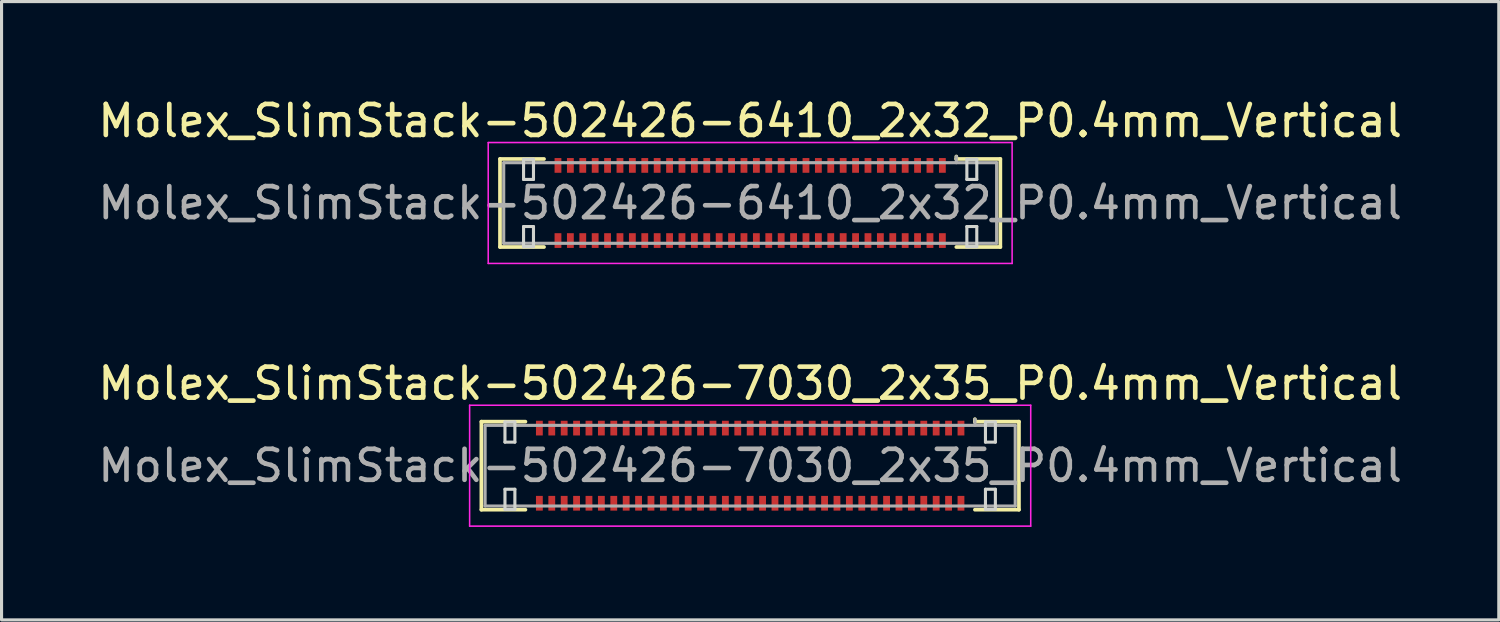
<source format=kicad_pcb>
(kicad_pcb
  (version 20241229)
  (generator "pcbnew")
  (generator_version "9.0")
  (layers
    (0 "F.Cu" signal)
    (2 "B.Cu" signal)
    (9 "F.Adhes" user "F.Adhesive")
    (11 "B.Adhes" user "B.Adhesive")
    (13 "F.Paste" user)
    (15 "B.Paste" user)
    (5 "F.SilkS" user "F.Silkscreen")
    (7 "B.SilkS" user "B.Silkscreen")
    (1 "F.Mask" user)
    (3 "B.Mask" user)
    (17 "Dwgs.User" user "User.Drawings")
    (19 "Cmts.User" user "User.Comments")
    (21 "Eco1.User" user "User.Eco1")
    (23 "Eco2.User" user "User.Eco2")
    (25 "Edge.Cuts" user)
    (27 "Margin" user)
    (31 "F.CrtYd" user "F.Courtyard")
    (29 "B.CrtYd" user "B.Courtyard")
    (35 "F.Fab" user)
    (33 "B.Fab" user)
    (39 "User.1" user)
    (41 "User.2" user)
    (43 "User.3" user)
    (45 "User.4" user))
  (footprint "Molex_SlimStack-502426-6410_2x32_P0.4mm_Vertical"
    (layer "F.Cu")
    (at 21.149 3.498)
    (property "Reference" "Molex_SlimStack-502426-6410_2x32_P0.4mm_Vertical" (at 0 -2.65 0) (layer "F.SilkS") (effects (font (size 1 1) (thickness 0.15))))
    (attr smd)
    (fp_line (start -8.07 -1.42) (end -6.65 -1.42) (stroke (width 0.12) (type solid)) (layer "F.SilkS"))
    (fp_line (start -8.07 1.42) (end -8.07 -1.42) (stroke (width 0.12) (type solid)) (layer "F.SilkS"))
    (fp_line (start -6.65 1.42) (end -8.07 1.42) (stroke (width 0.12) (type solid)) (layer "F.SilkS"))
    (fp_line (start 6.65 -1.42) (end 6.65 -1.5) (stroke (width 0.12) (type solid)) (layer "F.SilkS"))
    (fp_line (start 6.65 1.42) (end 8.07 1.42) (stroke (width 0.12) (type solid)) (layer "F.SilkS"))
    (fp_line (start 8.07 -1.42) (end 6.65 -1.42) (stroke (width 0.12) (type solid)) (layer "F.SilkS"))
    (fp_line (start 8.07 1.42) (end 8.07 -1.42) (stroke (width 0.12) (type solid)) (layer "F.SilkS"))
    (fp_line (start -7.31 -1.41) (end -7.31 -0.76) (stroke (width 0.1) (type solid)) (layer "Edge.Cuts"))
    (fp_line (start -7.31 -0.76) (end -6.99 -0.76) (stroke (width 0.1) (type solid)) (layer "Edge.Cuts"))
    (fp_line (start -7.31 0.76) (end -7.31 1.41) (stroke (width 0.1) (type solid)) (layer "Edge.Cuts"))
    (fp_line (start -7.31 1.41) (end -6.99 1.41) (stroke (width 0.1) (type solid)) (layer "Edge.Cuts"))
    (fp_line (start -6.99 -1.41) (end -7.31 -1.41) (stroke (width 0.1) (type solid)) (layer "Edge.Cuts"))
    (fp_line (start -6.99 -0.76) (end -6.99 -1.41) (stroke (width 0.1) (type solid)) (layer "Edge.Cuts"))
    (fp_line (start -6.99 0.76) (end -7.31 0.76) (stroke (width 0.1) (type solid)) (layer "Edge.Cuts"))
    (fp_line (start -6.99 1.41) (end -6.99 0.76) (stroke (width 0.1) (type solid)) (layer "Edge.Cuts"))
    (fp_line (start 6.99 -1.41) (end 6.99 -0.76) (stroke (width 0.1) (type solid)) (layer "Edge.Cuts"))
    (fp_line (start 6.99 -0.76) (end 7.31 -0.76) (stroke (width 0.1) (type solid)) (layer "Edge.Cuts"))
    (fp_line (start 6.99 0.76) (end 6.99 1.41) (stroke (width 0.1) (type solid)) (layer "Edge.Cuts"))
    (fp_line (start 6.99 1.41) (end 7.31 1.41) (stroke (width 0.1) (type solid)) (layer "Edge.Cuts"))
    (fp_line (start 7.31 -1.41) (end 6.99 -1.41) (stroke (width 0.1) (type solid)) (layer "Edge.Cuts"))
    (fp_line (start 7.31 -0.76) (end 7.31 -1.41) (stroke (width 0.1) (type solid)) (layer "Edge.Cuts"))
    (fp_line (start 7.31 0.76) (end 6.99 0.76) (stroke (width 0.1) (type solid)) (layer "Edge.Cuts"))
    (fp_line (start 7.31 1.41) (end 7.31 0.76) (stroke (width 0.1) (type solid)) (layer "Edge.Cuts"))
    (fp_line (start -8.45 -1.95) (end -8.45 1.95) (stroke (width 0.05) (type solid)) (layer "F.CrtYd"))
    (fp_line (start -8.45 1.95) (end 8.45 1.95) (stroke (width 0.05) (type solid)) (layer "F.CrtYd"))
    (fp_line (start 8.45 -1.95) (end -8.45 -1.95) (stroke (width 0.05) (type solid)) (layer "F.CrtYd"))
    (fp_line (start 8.45 1.95) (end 8.45 -1.95) (stroke (width 0.05) (type solid)) (layer "F.CrtYd"))
    (fp_line (start -7.95 -1.3) (end -7.95 1.3) (stroke (width 0.1) (type solid)) (layer "F.Fab"))
    (fp_line (start -7.95 1.3) (end 7.95 1.3) (stroke (width 0.1) (type solid)) (layer "F.Fab"))
    (fp_line (start 6.65 -1.3) (end 6.65 -1.5) (stroke (width 0.1) (type solid)) (layer "F.Fab"))
    (fp_line (start 7.95 -1.3) (end -7.95 -1.3) (stroke (width 0.1) (type solid)) (layer "F.Fab"))
    (fp_line (start 7.95 1.3) (end 7.95 -1.3) (stroke (width 0.1) (type solid)) (layer "F.Fab"))
    (fp_text user "${REFERENCE}" (at 0 0 0) (layer "F.Fab") (effects (font (size 1 1) (thickness 0.15))))
    (pad "1" smd rect (at 6.2 -1.212) (size 0.22 0.475) (layers "F.Cu" "F.Mask" "F.Paste"))
    (pad "2" smd rect (at 6.2 1.212) (size 0.22 0.475) (layers "F.Cu" "F.Mask" "F.Paste"))
    (pad "3" smd rect (at 5.8 -1.212) (size 0.22 0.475) (layers "F.Cu" "F.Mask" "F.Paste"))
    (pad "4" smd rect (at 5.8 1.212) (size 0.22 0.475) (layers "F.Cu" "F.Mask" "F.Paste"))
    (pad "5" smd rect (at 5.4 -1.212) (size 0.22 0.475) (layers "F.Cu" "F.Mask" "F.Paste"))
    (pad "6" smd rect (at 5.4 1.212) (size 0.22 0.475) (layers "F.Cu" "F.Mask" "F.Paste"))
    (pad "7" smd rect (at 5 -1.212) (size 0.22 0.475) (layers "F.Cu" "F.Mask" "F.Paste"))
    (pad "8" smd rect (at 5 1.212) (size 0.22 0.475) (layers "F.Cu" "F.Mask" "F.Paste"))
    (pad "9" smd rect (at 4.6 -1.212) (size 0.22 0.475) (layers "F.Cu" "F.Mask" "F.Paste"))
    (pad "10" smd rect (at 4.6 1.212) (size 0.22 0.475) (layers "F.Cu" "F.Mask" "F.Paste"))
    (pad "11" smd rect (at 4.2 -1.212) (size 0.22 0.475) (layers "F.Cu" "F.Mask" "F.Paste"))
    (pad "12" smd rect (at 4.2 1.212) (size 0.22 0.475) (layers "F.Cu" "F.Mask" "F.Paste"))
    (pad "13" smd rect (at 3.8 -1.212) (size 0.22 0.475) (layers "F.Cu" "F.Mask" "F.Paste"))
    (pad "14" smd rect (at 3.8 1.212) (size 0.22 0.475) (layers "F.Cu" "F.Mask" "F.Paste"))
    (pad "15" smd rect (at 3.4 -1.212) (size 0.22 0.475) (layers "F.Cu" "F.Mask" "F.Paste"))
    (pad "16" smd rect (at 3.4 1.212) (size 0.22 0.475) (layers "F.Cu" "F.Mask" "F.Paste"))
    (pad "17" smd rect (at 3 -1.212) (size 0.22 0.475) (layers "F.Cu" "F.Mask" "F.Paste"))
    (pad "18" smd rect (at 3 1.212) (size 0.22 0.475) (layers "F.Cu" "F.Mask" "F.Paste"))
    (pad "19" smd rect (at 2.6 -1.212) (size 0.22 0.475) (layers "F.Cu" "F.Mask" "F.Paste"))
    (pad "20" smd rect (at 2.6 1.212) (size 0.22 0.475) (layers "F.Cu" "F.Mask" "F.Paste"))
    (pad "21" smd rect (at 2.2 -1.212) (size 0.22 0.475) (layers "F.Cu" "F.Mask" "F.Paste"))
    (pad "22" smd rect (at 2.2 1.212) (size 0.22 0.475) (layers "F.Cu" "F.Mask" "F.Paste"))
    (pad "23" smd rect (at 1.8 -1.212) (size 0.22 0.475) (layers "F.Cu" "F.Mask" "F.Paste"))
    (pad "24" smd rect (at 1.8 1.212) (size 0.22 0.475) (layers "F.Cu" "F.Mask" "F.Paste"))
    (pad "25" smd rect (at 1.4 -1.212) (size 0.22 0.475) (layers "F.Cu" "F.Mask" "F.Paste"))
    (pad "26" smd rect (at 1.4 1.212) (size 0.22 0.475) (layers "F.Cu" "F.Mask" "F.Paste"))
    (pad "27" smd rect (at 1 -1.212) (size 0.22 0.475) (layers "F.Cu" "F.Mask" "F.Paste"))
    (pad "28" smd rect (at 1 1.212) (size 0.22 0.475) (layers "F.Cu" "F.Mask" "F.Paste"))
    (pad "29" smd rect (at 0.6 -1.212) (size 0.22 0.475) (layers "F.Cu" "F.Mask" "F.Paste"))
    (pad "30" smd rect (at 0.6 1.212) (size 0.22 0.475) (layers "F.Cu" "F.Mask" "F.Paste"))
    (pad "31" smd rect (at 0.2 -1.212) (size 0.22 0.475) (layers "F.Cu" "F.Mask" "F.Paste"))
    (pad "32" smd rect (at 0.2 1.212) (size 0.22 0.475) (layers "F.Cu" "F.Mask" "F.Paste"))
    (pad "33" smd rect (at -0.2 -1.212) (size 0.22 0.475) (layers "F.Cu" "F.Mask" "F.Paste"))
    (pad "34" smd rect (at -0.2 1.212) (size 0.22 0.475) (layers "F.Cu" "F.Mask" "F.Paste"))
    (pad "35" smd rect (at -0.6 -1.212) (size 0.22 0.475) (layers "F.Cu" "F.Mask" "F.Paste"))
    (pad "36" smd rect (at -0.6 1.212) (size 0.22 0.475) (layers "F.Cu" "F.Mask" "F.Paste"))
    (pad "37" smd rect (at -1 -1.212) (size 0.22 0.475) (layers "F.Cu" "F.Mask" "F.Paste"))
    (pad "38" smd rect (at -1 1.212) (size 0.22 0.475) (layers "F.Cu" "F.Mask" "F.Paste"))
    (pad "39" smd rect (at -1.4 -1.212) (size 0.22 0.475) (layers "F.Cu" "F.Mask" "F.Paste"))
    (pad "40" smd rect (at -1.4 1.212) (size 0.22 0.475) (layers "F.Cu" "F.Mask" "F.Paste"))
    (pad "41" smd rect (at -1.8 -1.212) (size 0.22 0.475) (layers "F.Cu" "F.Mask" "F.Paste"))
    (pad "42" smd rect (at -1.8 1.212) (size 0.22 0.475) (layers "F.Cu" "F.Mask" "F.Paste"))
    (pad "43" smd rect (at -2.2 -1.212) (size 0.22 0.475) (layers "F.Cu" "F.Mask" "F.Paste"))
    (pad "44" smd rect (at -2.2 1.212) (size 0.22 0.475) (layers "F.Cu" "F.Mask" "F.Paste"))
    (pad "45" smd rect (at -2.6 -1.212) (size 0.22 0.475) (layers "F.Cu" "F.Mask" "F.Paste"))
    (pad "46" smd rect (at -2.6 1.212) (size 0.22 0.475) (layers "F.Cu" "F.Mask" "F.Paste"))
    (pad "47" smd rect (at -3 -1.212) (size 0.22 0.475) (layers "F.Cu" "F.Mask" "F.Paste"))
    (pad "48" smd rect (at -3 1.212) (size 0.22 0.475) (layers "F.Cu" "F.Mask" "F.Paste"))
    (pad "49" smd rect (at -3.4 -1.212) (size 0.22 0.475) (layers "F.Cu" "F.Mask" "F.Paste"))
    (pad "50" smd rect (at -3.4 1.212) (size 0.22 0.475) (layers "F.Cu" "F.Mask" "F.Paste"))
    (pad "51" smd rect (at -3.8 -1.212) (size 0.22 0.475) (layers "F.Cu" "F.Mask" "F.Paste"))
    (pad "52" smd rect (at -3.8 1.212) (size 0.22 0.475) (layers "F.Cu" "F.Mask" "F.Paste"))
    (pad "53" smd rect (at -4.2 -1.212) (size 0.22 0.475) (layers "F.Cu" "F.Mask" "F.Paste"))
    (pad "54" smd rect (at -4.2 1.212) (size 0.22 0.475) (layers "F.Cu" "F.Mask" "F.Paste"))
    (pad "55" smd rect (at -4.6 -1.212) (size 0.22 0.475) (layers "F.Cu" "F.Mask" "F.Paste"))
    (pad "56" smd rect (at -4.6 1.212) (size 0.22 0.475) (layers "F.Cu" "F.Mask" "F.Paste"))
    (pad "57" smd rect (at -5 -1.212) (size 0.22 0.475) (layers "F.Cu" "F.Mask" "F.Paste"))
    (pad "58" smd rect (at -5 1.212) (size 0.22 0.475) (layers "F.Cu" "F.Mask" "F.Paste"))
    (pad "59" smd rect (at -5.4 -1.212) (size 0.22 0.475) (layers "F.Cu" "F.Mask" "F.Paste"))
    (pad "60" smd rect (at -5.4 1.212) (size 0.22 0.475) (layers "F.Cu" "F.Mask" "F.Paste"))
    (pad "61" smd rect (at -5.8 -1.212) (size 0.22 0.475) (layers "F.Cu" "F.Mask" "F.Paste"))
    (pad "62" smd rect (at -5.8 1.212) (size 0.22 0.475) (layers "F.Cu" "F.Mask" "F.Paste"))
    (pad "63" smd rect (at -6.2 -1.212) (size 0.22 0.475) (layers "F.Cu" "F.Mask" "F.Paste"))
    (pad "64" smd rect (at -6.2 1.212) (size 0.22 0.475) (layers "F.Cu" "F.Mask" "F.Paste")))
  (footprint "Molex_SlimStack-502426-7030_2x35_P0.4mm_Vertical"
    (layer "F.Cu")
    (at 21.149 11.972)
    (property "Reference" "Molex_SlimStack-502426-7030_2x35_P0.4mm_Vertical" (at 0 -2.65 0) (layer "F.SilkS") (effects (font (size 1 1) (thickness 0.15))))
    (attr smd)
    (fp_line (start -8.67 -1.42) (end -7.25 -1.42) (stroke (width 0.12) (type solid)) (layer "F.SilkS"))
    (fp_line (start -8.67 1.42) (end -8.67 -1.42) (stroke (width 0.12) (type solid)) (layer "F.SilkS"))
    (fp_line (start -7.25 1.42) (end -8.67 1.42) (stroke (width 0.12) (type solid)) (layer "F.SilkS"))
    (fp_line (start 7.25 -1.42) (end 7.25 -1.5) (stroke (width 0.12) (type solid)) (layer "F.SilkS"))
    (fp_line (start 7.25 1.42) (end 8.67 1.42) (stroke (width 0.12) (type solid)) (layer "F.SilkS"))
    (fp_line (start 8.67 -1.42) (end 7.25 -1.42) (stroke (width 0.12) (type solid)) (layer "F.SilkS"))
    (fp_line (start 8.67 1.42) (end 8.67 -1.42) (stroke (width 0.12) (type solid)) (layer "F.SilkS"))
    (fp_line (start -7.91 -1.41) (end -7.91 -0.76) (stroke (width 0.1) (type solid)) (layer "Edge.Cuts"))
    (fp_line (start -7.91 -0.76) (end -7.59 -0.76) (stroke (width 0.1) (type solid)) (layer "Edge.Cuts"))
    (fp_line (start -7.91 0.76) (end -7.91 1.41) (stroke (width 0.1) (type solid)) (layer "Edge.Cuts"))
    (fp_line (start -7.91 1.41) (end -7.59 1.41) (stroke (width 0.1) (type solid)) (layer "Edge.Cuts"))
    (fp_line (start -7.59 -1.41) (end -7.91 -1.41) (stroke (width 0.1) (type solid)) (layer "Edge.Cuts"))
    (fp_line (start -7.59 -0.76) (end -7.59 -1.41) (stroke (width 0.1) (type solid)) (layer "Edge.Cuts"))
    (fp_line (start -7.59 0.76) (end -7.91 0.76) (stroke (width 0.1) (type solid)) (layer "Edge.Cuts"))
    (fp_line (start -7.59 1.41) (end -7.59 0.76) (stroke (width 0.1) (type solid)) (layer "Edge.Cuts"))
    (fp_line (start 7.59 -1.41) (end 7.59 -0.76) (stroke (width 0.1) (type solid)) (layer "Edge.Cuts"))
    (fp_line (start 7.59 -0.76) (end 7.91 -0.76) (stroke (width 0.1) (type solid)) (layer "Edge.Cuts"))
    (fp_line (start 7.59 0.76) (end 7.59 1.41) (stroke (width 0.1) (type solid)) (layer "Edge.Cuts"))
    (fp_line (start 7.59 1.41) (end 7.91 1.41) (stroke (width 0.1) (type solid)) (layer "Edge.Cuts"))
    (fp_line (start 7.91 -1.41) (end 7.59 -1.41) (stroke (width 0.1) (type solid)) (layer "Edge.Cuts"))
    (fp_line (start 7.91 -0.76) (end 7.91 -1.41) (stroke (width 0.1) (type solid)) (layer "Edge.Cuts"))
    (fp_line (start 7.91 0.76) (end 7.59 0.76) (stroke (width 0.1) (type solid)) (layer "Edge.Cuts"))
    (fp_line (start 7.91 1.41) (end 7.91 0.76) (stroke (width 0.1) (type solid)) (layer "Edge.Cuts"))
    (fp_line (start -9.05 -1.95) (end -9.05 1.95) (stroke (width 0.05) (type solid)) (layer "F.CrtYd"))
    (fp_line (start -9.05 1.95) (end 9.05 1.95) (stroke (width 0.05) (type solid)) (layer "F.CrtYd"))
    (fp_line (start 9.05 -1.95) (end -9.05 -1.95) (stroke (width 0.05) (type solid)) (layer "F.CrtYd"))
    (fp_line (start 9.05 1.95) (end 9.05 -1.95) (stroke (width 0.05) (type solid)) (layer "F.CrtYd"))
    (fp_line (start -8.55 -1.3) (end -8.55 1.3) (stroke (width 0.1) (type solid)) (layer "F.Fab"))
    (fp_line (start -8.55 1.3) (end 8.55 1.3) (stroke (width 0.1) (type solid)) (layer "F.Fab"))
    (fp_line (start 7.25 -1.3) (end 7.25 -1.5) (stroke (width 0.1) (type solid)) (layer "F.Fab"))
    (fp_line (start 8.55 -1.3) (end -8.55 -1.3) (stroke (width 0.1) (type solid)) (layer "F.Fab"))
    (fp_line (start 8.55 1.3) (end 8.55 -1.3) (stroke (width 0.1) (type solid)) (layer "F.Fab"))
    (fp_text user "${REFERENCE}" (at 0 0 0) (layer "F.Fab") (effects (font (size 1 1) (thickness 0.15))))
    (pad "1" smd rect (at 6.8 -1.212) (size 0.22 0.475) (layers "F.Cu" "F.Mask" "F.Paste"))
    (pad "2" smd rect (at 6.8 1.212) (size 0.22 0.475) (layers "F.Cu" "F.Mask" "F.Paste"))
    (pad "3" smd rect (at 6.4 -1.212) (size 0.22 0.475) (layers "F.Cu" "F.Mask" "F.Paste"))
    (pad "4" smd rect (at 6.4 1.212) (size 0.22 0.475) (layers "F.Cu" "F.Mask" "F.Paste"))
    (pad "5" smd rect (at 6 -1.212) (size 0.22 0.475) (layers "F.Cu" "F.Mask" "F.Paste"))
    (pad "6" smd rect (at 6 1.212) (size 0.22 0.475) (layers "F.Cu" "F.Mask" "F.Paste"))
    (pad "7" smd rect (at 5.6 -1.212) (size 0.22 0.475) (layers "F.Cu" "F.Mask" "F.Paste"))
    (pad "8" smd rect (at 5.6 1.212) (size 0.22 0.475) (layers "F.Cu" "F.Mask" "F.Paste"))
    (pad "9" smd rect (at 5.2 -1.212) (size 0.22 0.475) (layers "F.Cu" "F.Mask" "F.Paste"))
    (pad "10" smd rect (at 5.2 1.212) (size 0.22 0.475) (layers "F.Cu" "F.Mask" "F.Paste"))
    (pad "11" smd rect (at 4.8 -1.212) (size 0.22 0.475) (layers "F.Cu" "F.Mask" "F.Paste"))
    (pad "12" smd rect (at 4.8 1.212) (size 0.22 0.475) (layers "F.Cu" "F.Mask" "F.Paste"))
    (pad "13" smd rect (at 4.4 -1.212) (size 0.22 0.475) (layers "F.Cu" "F.Mask" "F.Paste"))
    (pad "14" smd rect (at 4.4 1.212) (size 0.22 0.475) (layers "F.Cu" "F.Mask" "F.Paste"))
    (pad "15" smd rect (at 4 -1.212) (size 0.22 0.475) (layers "F.Cu" "F.Mask" "F.Paste"))
    (pad "16" smd rect (at 4 1.212) (size 0.22 0.475) (layers "F.Cu" "F.Mask" "F.Paste"))
    (pad "17" smd rect (at 3.6 -1.212) (size 0.22 0.475) (layers "F.Cu" "F.Mask" "F.Paste"))
    (pad "18" smd rect (at 3.6 1.212) (size 0.22 0.475) (layers "F.Cu" "F.Mask" "F.Paste"))
    (pad "19" smd rect (at 3.2 -1.212) (size 0.22 0.475) (layers "F.Cu" "F.Mask" "F.Paste"))
    (pad "20" smd rect (at 3.2 1.212) (size 0.22 0.475) (layers "F.Cu" "F.Mask" "F.Paste"))
    (pad "21" smd rect (at 2.8 -1.212) (size 0.22 0.475) (layers "F.Cu" "F.Mask" "F.Paste"))
    (pad "22" smd rect (at 2.8 1.212) (size 0.22 0.475) (layers "F.Cu" "F.Mask" "F.Paste"))
    (pad "23" smd rect (at 2.4 -1.212) (size 0.22 0.475) (layers "F.Cu" "F.Mask" "F.Paste"))
    (pad "24" smd rect (at 2.4 1.212) (size 0.22 0.475) (layers "F.Cu" "F.Mask" "F.Paste"))
    (pad "25" smd rect (at 2 -1.212) (size 0.22 0.475) (layers "F.Cu" "F.Mask" "F.Paste"))
    (pad "26" smd rect (at 2 1.212) (size 0.22 0.475) (layers "F.Cu" "F.Mask" "F.Paste"))
    (pad "27" smd rect (at 1.6 -1.212) (size 0.22 0.475) (layers "F.Cu" "F.Mask" "F.Paste"))
    (pad "28" smd rect (at 1.6 1.212) (size 0.22 0.475) (layers "F.Cu" "F.Mask" "F.Paste"))
    (pad "29" smd rect (at 1.2 -1.212) (size 0.22 0.475) (layers "F.Cu" "F.Mask" "F.Paste"))
    (pad "30" smd rect (at 1.2 1.212) (size 0.22 0.475) (layers "F.Cu" "F.Mask" "F.Paste"))
    (pad "31" smd rect (at 0.8 -1.212) (size 0.22 0.475) (layers "F.Cu" "F.Mask" "F.Paste"))
    (pad "32" smd rect (at 0.8 1.212) (size 0.22 0.475) (layers "F.Cu" "F.Mask" "F.Paste"))
    (pad "33" smd rect (at 0.4 -1.212) (size 0.22 0.475) (layers "F.Cu" "F.Mask" "F.Paste"))
    (pad "34" smd rect (at 0.4 1.212) (size 0.22 0.475) (layers "F.Cu" "F.Mask" "F.Paste"))
    (pad "35" smd rect (at 0 -1.212) (size 0.22 0.475) (layers "F.Cu" "F.Mask" "F.Paste"))
    (pad "36" smd rect (at 0 1.212) (size 0.22 0.475) (layers "F.Cu" "F.Mask" "F.Paste"))
    (pad "37" smd rect (at -0.4 -1.212) (size 0.22 0.475) (layers "F.Cu" "F.Mask" "F.Paste"))
    (pad "38" smd rect (at -0.4 1.212) (size 0.22 0.475) (layers "F.Cu" "F.Mask" "F.Paste"))
    (pad "39" smd rect (at -0.8 -1.212) (size 0.22 0.475) (layers "F.Cu" "F.Mask" "F.Paste"))
    (pad "40" smd rect (at -0.8 1.212) (size 0.22 0.475) (layers "F.Cu" "F.Mask" "F.Paste"))
    (pad "41" smd rect (at -1.2 -1.212) (size 0.22 0.475) (layers "F.Cu" "F.Mask" "F.Paste"))
    (pad "42" smd rect (at -1.2 1.212) (size 0.22 0.475) (layers "F.Cu" "F.Mask" "F.Paste"))
    (pad "43" smd rect (at -1.6 -1.212) (size 0.22 0.475) (layers "F.Cu" "F.Mask" "F.Paste"))
    (pad "44" smd rect (at -1.6 1.212) (size 0.22 0.475) (layers "F.Cu" "F.Mask" "F.Paste"))
    (pad "45" smd rect (at -2 -1.212) (size 0.22 0.475) (layers "F.Cu" "F.Mask" "F.Paste"))
    (pad "46" smd rect (at -2 1.212) (size 0.22 0.475) (layers "F.Cu" "F.Mask" "F.Paste"))
    (pad "47" smd rect (at -2.4 -1.212) (size 0.22 0.475) (layers "F.Cu" "F.Mask" "F.Paste"))
    (pad "48" smd rect (at -2.4 1.212) (size 0.22 0.475) (layers "F.Cu" "F.Mask" "F.Paste"))
    (pad "49" smd rect (at -2.8 -1.212) (size 0.22 0.475) (layers "F.Cu" "F.Mask" "F.Paste"))
    (pad "50" smd rect (at -2.8 1.212) (size 0.22 0.475) (layers "F.Cu" "F.Mask" "F.Paste"))
    (pad "51" smd rect (at -3.2 -1.212) (size 0.22 0.475) (layers "F.Cu" "F.Mask" "F.Paste"))
    (pad "52" smd rect (at -3.2 1.212) (size 0.22 0.475) (layers "F.Cu" "F.Mask" "F.Paste"))
    (pad "53" smd rect (at -3.6 -1.212) (size 0.22 0.475) (layers "F.Cu" "F.Mask" "F.Paste"))
    (pad "54" smd rect (at -3.6 1.212) (size 0.22 0.475) (layers "F.Cu" "F.Mask" "F.Paste"))
    (pad "55" smd rect (at -4 -1.212) (size 0.22 0.475) (layers "F.Cu" "F.Mask" "F.Paste"))
    (pad "56" smd rect (at -4 1.212) (size 0.22 0.475) (layers "F.Cu" "F.Mask" "F.Paste"))
    (pad "57" smd rect (at -4.4 -1.212) (size 0.22 0.475) (layers "F.Cu" "F.Mask" "F.Paste"))
    (pad "58" smd rect (at -4.4 1.212) (size 0.22 0.475) (layers "F.Cu" "F.Mask" "F.Paste"))
    (pad "59" smd rect (at -4.8 -1.212) (size 0.22 0.475) (layers "F.Cu" "F.Mask" "F.Paste"))
    (pad "60" smd rect (at -4.8 1.212) (size 0.22 0.475) (layers "F.Cu" "F.Mask" "F.Paste"))
    (pad "61" smd rect (at -5.2 -1.212) (size 0.22 0.475) (layers "F.Cu" "F.Mask" "F.Paste"))
    (pad "62" smd rect (at -5.2 1.212) (size 0.22 0.475) (layers "F.Cu" "F.Mask" "F.Paste"))
    (pad "63" smd rect (at -5.6 -1.212) (size 0.22 0.475) (layers "F.Cu" "F.Mask" "F.Paste"))
    (pad "64" smd rect (at -5.6 1.212) (size 0.22 0.475) (layers "F.Cu" "F.Mask" "F.Paste"))
    (pad "65" smd rect (at -6 -1.212) (size 0.22 0.475) (layers "F.Cu" "F.Mask" "F.Paste"))
    (pad "66" smd rect (at -6 1.212) (size 0.22 0.475) (layers "F.Cu" "F.Mask" "F.Paste"))
    (pad "67" smd rect (at -6.4 -1.212) (size 0.22 0.475) (layers "F.Cu" "F.Mask" "F.Paste"))
    (pad "68" smd rect (at -6.4 1.212) (size 0.22 0.475) (layers "F.Cu" "F.Mask" "F.Paste"))
    (pad "69" smd rect (at -6.8 -1.212) (size 0.22 0.475) (layers "F.Cu" "F.Mask" "F.Paste"))
    (pad "70" smd rect (at -6.8 1.212) (size 0.22 0.475) (layers "F.Cu" "F.Mask" "F.Paste")))
  (gr_rect
    (start -3 -3)
    (end 45.298 16.947)
    (stroke (width 0.1) (type default))
    (fill no)
    (layer "Edge.Cuts")))
</source>
